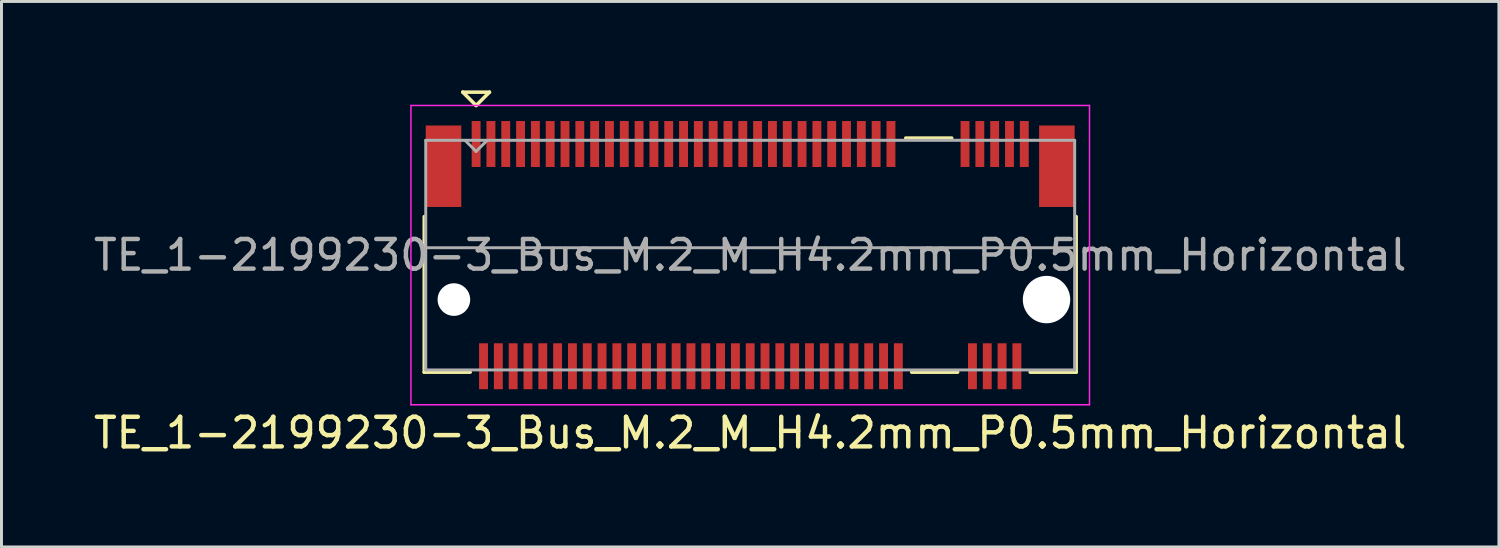
<source format=kicad_pcb>
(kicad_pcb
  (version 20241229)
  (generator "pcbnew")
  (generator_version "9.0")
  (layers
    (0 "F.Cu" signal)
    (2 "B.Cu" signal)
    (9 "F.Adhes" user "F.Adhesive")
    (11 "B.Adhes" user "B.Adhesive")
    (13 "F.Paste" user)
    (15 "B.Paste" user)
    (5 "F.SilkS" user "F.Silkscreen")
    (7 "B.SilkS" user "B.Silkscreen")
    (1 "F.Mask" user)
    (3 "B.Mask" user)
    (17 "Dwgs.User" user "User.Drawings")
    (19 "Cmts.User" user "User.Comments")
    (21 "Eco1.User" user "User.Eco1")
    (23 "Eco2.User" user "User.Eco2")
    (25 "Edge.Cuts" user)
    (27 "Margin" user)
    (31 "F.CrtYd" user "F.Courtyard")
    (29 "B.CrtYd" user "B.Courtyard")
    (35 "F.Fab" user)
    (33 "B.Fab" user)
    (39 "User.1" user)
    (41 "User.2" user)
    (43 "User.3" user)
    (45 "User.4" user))
  (footprint "TE_1-2199230-3_Bus_M.2_M_H4.2mm_P0.5mm_Horizontal"
    (layer "F.Cu")
    (at 22.268 5.56)
    (property "Reference" "TE_1-2199230-3_Bus_M.2_M_H4.2mm_P0.5mm_Horizontal" (at 0 6 0) (layer "F.SilkS") (effects (font (size 1 1) (thickness 0.15))))
    (attr smd)
    (fp_line (start -11 3.95) (end -11 -1.3) (stroke (width 0.12) (type solid)) (layer "F.SilkS"))
    (fp_line (start -9.7 -5.5) (end -8.8 -5.5) (stroke (width 0.12) (type solid)) (layer "F.SilkS"))
    (fp_line (start -9.45 3.95) (end -11 3.95) (stroke (width 0.12) (type solid)) (layer "F.SilkS"))
    (fp_line (start -9.25 -5.05) (end -9.7 -5.5) (stroke (width 0.12) (type solid)) (layer "F.SilkS"))
    (fp_line (start -8.8 -5.5) (end -9.25 -5.05) (stroke (width 0.12) (type solid)) (layer "F.SilkS"))
    (fp_line (start 6.8 -3.95) (end 5.25 -3.95) (stroke (width 0.12) (type solid)) (layer "F.SilkS"))
    (fp_line (start 7 3.95) (end 5.45 3.95) (stroke (width 0.12) (type solid)) (layer "F.SilkS"))
    (fp_line (start 11 -1.3) (end 11 3.95) (stroke (width 0.12) (type solid)) (layer "F.SilkS"))
    (fp_line (start 11 3.95) (end 9.45 3.95) (stroke (width 0.12) (type solid)) (layer "F.SilkS"))
    (fp_line (start -11.45 -5.05) (end 11.45 -5.05) (stroke (width 0.05) (type solid)) (layer "F.CrtYd"))
    (fp_line (start -11.45 5.05) (end -11.45 -5.05) (stroke (width 0.05) (type solid)) (layer "F.CrtYd"))
    (fp_line (start -11.45 5.05) (end 11.45 5.05) (stroke (width 0.05) (type solid)) (layer "F.CrtYd"))
    (fp_line (start 11.45 -5.05) (end 11.45 5.05) (stroke (width 0.05) (type solid)) (layer "F.CrtYd"))
    (fp_line (start -10.95 -3.875) (end -10.95 3.875) (stroke (width 0.1) (type solid)) (layer "F.Fab"))
    (fp_line (start -10.95 -0.25) (end 10.95 -0.25) (stroke (width 0.1) (type solid)) (layer "F.Fab"))
    (fp_line (start -10.95 3.875) (end 10.95 3.875) (stroke (width 0.1) (type solid)) (layer "F.Fab"))
    (fp_line (start -9.25 -3.5) (end -9.61 -3.86) (stroke (width 0.1) (type solid)) (layer "F.Fab"))
    (fp_line (start -9.25 -3.5) (end -8.89 -3.86) (stroke (width 0.1) (type solid)) (layer "F.Fab"))
    (fp_line (start 10.95 -3.875) (end -10.95 -3.875) (stroke (width 0.1) (type solid)) (layer "F.Fab"))
    (fp_line (start 10.95 -3.875) (end 10.95 3.875) (stroke (width 0.1) (type solid)) (layer "F.Fab"))
    (fp_text user "${REFERENCE}" (at 0 0 0) (layer "F.Fab") (effects (font (size 1 1) (thickness 0.15))))
    (pad "" np_thru_hole circle (at -10 1.5) (size 1.1 1.1) (drill 1.1) (layers "*.Cu" "*.Mask"))
    (pad "" np_thru_hole circle (at 10 1.5) (size 1.6 1.6) (drill 1.6) (layers "*.Cu" "*.Mask"))
    (pad "1" smd rect (at -9.25 -3.75) (size 0.3 1.55) (layers "F.Cu" "F.Mask" "F.Paste"))
    (pad "2" smd rect (at -9 3.75) (size 0.3 1.55) (layers "F.Cu" "F.Mask" "F.Paste"))
    (pad "3" smd rect (at -8.75 -3.75) (size 0.3 1.55) (layers "F.Cu" "F.Mask" "F.Paste"))
    (pad "4" smd rect (at -8.5 3.75) (size 0.3 1.55) (layers "F.Cu" "F.Mask" "F.Paste"))
    (pad "5" smd rect (at -8.25 -3.75) (size 0.3 1.55) (layers "F.Cu" "F.Mask" "F.Paste"))
    (pad "6" smd rect (at -8 3.75) (size 0.3 1.55) (layers "F.Cu" "F.Mask" "F.Paste"))
    (pad "7" smd rect (at -7.75 -3.75) (size 0.3 1.55) (layers "F.Cu" "F.Mask" "F.Paste"))
    (pad "8" smd rect (at -7.5 3.75) (size 0.3 1.55) (layers "F.Cu" "F.Mask" "F.Paste"))
    (pad "9" smd rect (at -7.25 -3.75) (size 0.3 1.55) (layers "F.Cu" "F.Mask" "F.Paste"))
    (pad "10" smd rect (at -7 3.75) (size 0.3 1.55) (layers "F.Cu" "F.Mask" "F.Paste"))
    (pad "11" smd rect (at -6.75 -3.75) (size 0.3 1.55) (layers "F.Cu" "F.Mask" "F.Paste"))
    (pad "12" smd rect (at -6.5 3.75) (size 0.3 1.55) (layers "F.Cu" "F.Mask" "F.Paste"))
    (pad "13" smd rect (at -6.25 -3.75) (size 0.3 1.55) (layers "F.Cu" "F.Mask" "F.Paste"))
    (pad "14" smd rect (at -6 3.75) (size 0.3 1.55) (layers "F.Cu" "F.Mask" "F.Paste"))
    (pad "15" smd rect (at -5.75 -3.75) (size 0.3 1.55) (layers "F.Cu" "F.Mask" "F.Paste"))
    (pad "16" smd rect (at -5.5 3.75) (size 0.3 1.55) (layers "F.Cu" "F.Mask" "F.Paste"))
    (pad "17" smd rect (at -5.25 -3.75) (size 0.3 1.55) (layers "F.Cu" "F.Mask" "F.Paste"))
    (pad "18" smd rect (at -5 3.75) (size 0.3 1.55) (layers "F.Cu" "F.Mask" "F.Paste"))
    (pad "19" smd rect (at -4.75 -3.75) (size 0.3 1.55) (layers "F.Cu" "F.Mask" "F.Paste"))
    (pad "20" smd rect (at -4.5 3.75) (size 0.3 1.55) (layers "F.Cu" "F.Mask" "F.Paste"))
    (pad "21" smd rect (at -4.25 -3.75) (size 0.3 1.55) (layers "F.Cu" "F.Mask" "F.Paste"))
    (pad "22" smd rect (at -4 3.75) (size 0.3 1.55) (layers "F.Cu" "F.Mask" "F.Paste"))
    (pad "23" smd rect (at -3.75 -3.75) (size 0.3 1.55) (layers "F.Cu" "F.Mask" "F.Paste"))
    (pad "24" smd rect (at -3.5 3.75) (size 0.3 1.55) (layers "F.Cu" "F.Mask" "F.Paste"))
    (pad "25" smd rect (at -3.25 -3.75) (size 0.3 1.55) (layers "F.Cu" "F.Mask" "F.Paste"))
    (pad "26" smd rect (at -3 3.75) (size 0.3 1.55) (layers "F.Cu" "F.Mask" "F.Paste"))
    (pad "27" smd rect (at -2.75 -3.75) (size 0.3 1.55) (layers "F.Cu" "F.Mask" "F.Paste"))
    (pad "28" smd rect (at -2.5 3.75) (size 0.3 1.55) (layers "F.Cu" "F.Mask" "F.Paste"))
    (pad "29" smd rect (at -2.25 -3.75) (size 0.3 1.55) (layers "F.Cu" "F.Mask" "F.Paste"))
    (pad "30" smd rect (at -2 3.75) (size 0.3 1.55) (layers "F.Cu" "F.Mask" "F.Paste"))
    (pad "31" smd rect (at -1.75 -3.75) (size 0.3 1.55) (layers "F.Cu" "F.Mask" "F.Paste"))
    (pad "32" smd rect (at -1.5 3.75) (size 0.3 1.55) (layers "F.Cu" "F.Mask" "F.Paste"))
    (pad "33" smd rect (at -1.25 -3.75) (size 0.3 1.55) (layers "F.Cu" "F.Mask" "F.Paste"))
    (pad "34" smd rect (at -1 3.75) (size 0.3 1.55) (layers "F.Cu" "F.Mask" "F.Paste"))
    (pad "35" smd rect (at -0.75 -3.75) (size 0.3 1.55) (layers "F.Cu" "F.Mask" "F.Paste"))
    (pad "36" smd rect (at -0.5 3.75) (size 0.3 1.55) (layers "F.Cu" "F.Mask" "F.Paste"))
    (pad "37" smd rect (at -0.25 -3.75) (size 0.3 1.55) (layers "F.Cu" "F.Mask" "F.Paste"))
    (pad "38" smd rect (at 0 3.75) (size 0.3 1.55) (layers "F.Cu" "F.Mask" "F.Paste"))
    (pad "39" smd rect (at 0.25 -3.75) (size 0.3 1.55) (layers "F.Cu" "F.Mask" "F.Paste"))
    (pad "40" smd rect (at 0.5 3.75) (size 0.3 1.55) (layers "F.Cu" "F.Mask" "F.Paste"))
    (pad "41" smd rect (at 0.75 -3.75) (size 0.3 1.55) (layers "F.Cu" "F.Mask" "F.Paste"))
    (pad "42" smd rect (at 1 3.75) (size 0.3 1.55) (layers "F.Cu" "F.Mask" "F.Paste"))
    (pad "43" smd rect (at 1.25 -3.75) (size 0.3 1.55) (layers "F.Cu" "F.Mask" "F.Paste"))
    (pad "44" smd rect (at 1.5 3.75) (size 0.3 1.55) (layers "F.Cu" "F.Mask" "F.Paste"))
    (pad "45" smd rect (at 1.75 -3.75) (size 0.3 1.55) (layers "F.Cu" "F.Mask" "F.Paste"))
    (pad "46" smd rect (at 2 3.75) (size 0.3 1.55) (layers "F.Cu" "F.Mask" "F.Paste"))
    (pad "47" smd rect (at 2.25 -3.75) (size 0.3 1.55) (layers "F.Cu" "F.Mask" "F.Paste"))
    (pad "48" smd rect (at 2.5 3.75) (size 0.3 1.55) (layers "F.Cu" "F.Mask" "F.Paste"))
    (pad "49" smd rect (at 2.75 -3.75) (size 0.3 1.55) (layers "F.Cu" "F.Mask" "F.Paste"))
    (pad "50" smd rect (at 3 3.75) (size 0.3 1.55) (layers "F.Cu" "F.Mask" "F.Paste"))
    (pad "51" smd rect (at 3.25 -3.75) (size 0.3 1.55) (layers "F.Cu" "F.Mask" "F.Paste"))
    (pad "52" smd rect (at 3.5 3.75) (size 0.3 1.55) (layers "F.Cu" "F.Mask" "F.Paste"))
    (pad "53" smd rect (at 3.75 -3.75) (size 0.3 1.55) (layers "F.Cu" "F.Mask" "F.Paste"))
    (pad "54" smd rect (at 4 3.75) (size 0.3 1.55) (layers "F.Cu" "F.Mask" "F.Paste"))
    (pad "55" smd rect (at 4.25 -3.75) (size 0.3 1.55) (layers "F.Cu" "F.Mask" "F.Paste"))
    (pad "56" smd rect (at 4.5 3.75) (size 0.3 1.55) (layers "F.Cu" "F.Mask" "F.Paste"))
    (pad "57" smd rect (at 4.75 -3.75) (size 0.3 1.55) (layers "F.Cu" "F.Mask" "F.Paste"))
    (pad "58" smd rect (at 5 3.75) (size 0.3 1.55) (layers "F.Cu" "F.Mask" "F.Paste"))
    (pad "67" smd rect (at 7.25 -3.75) (size 0.3 1.55) (layers "F.Cu" "F.Mask" "F.Paste"))
    (pad "68" smd rect (at 7.5 3.75) (size 0.3 1.55) (layers "F.Cu" "F.Mask" "F.Paste"))
    (pad "69" smd rect (at 7.75 -3.75) (size 0.3 1.55) (layers "F.Cu" "F.Mask" "F.Paste"))
    (pad "70" smd rect (at 8 3.75) (size 0.3 1.55) (layers "F.Cu" "F.Mask" "F.Paste"))
    (pad "71" smd rect (at 8.25 -3.75) (size 0.3 1.55) (layers "F.Cu" "F.Mask" "F.Paste"))
    (pad "72" smd rect (at 8.5 3.75) (size 0.3 1.55) (layers "F.Cu" "F.Mask" "F.Paste"))
    (pad "73" smd rect (at 8.75 -3.75) (size 0.3 1.55) (layers "F.Cu" "F.Mask" "F.Paste"))
    (pad "74" smd rect (at 9 3.75) (size 0.3 1.55) (layers "F.Cu" "F.Mask" "F.Paste"))
    (pad "75" smd rect (at 9.25 -3.75) (size 0.3 1.55) (layers "F.Cu" "F.Mask" "F.Paste"))
    (pad "MP" smd rect (at -10.35 -3) (size 1.2 2.75) (layers "F.Cu" "F.Mask" "F.Paste"))
    (pad "MP" smd rect (at 10.35 -3) (size 1.2 2.75) (layers "F.Cu" "F.Mask" "F.Paste")))
  (gr_rect
    (start -3 -3)
    (end 47.536 15.408)
    (stroke (width 0.1) (type default))
    (fill no)
    (layer "Edge.Cuts")))
</source>
